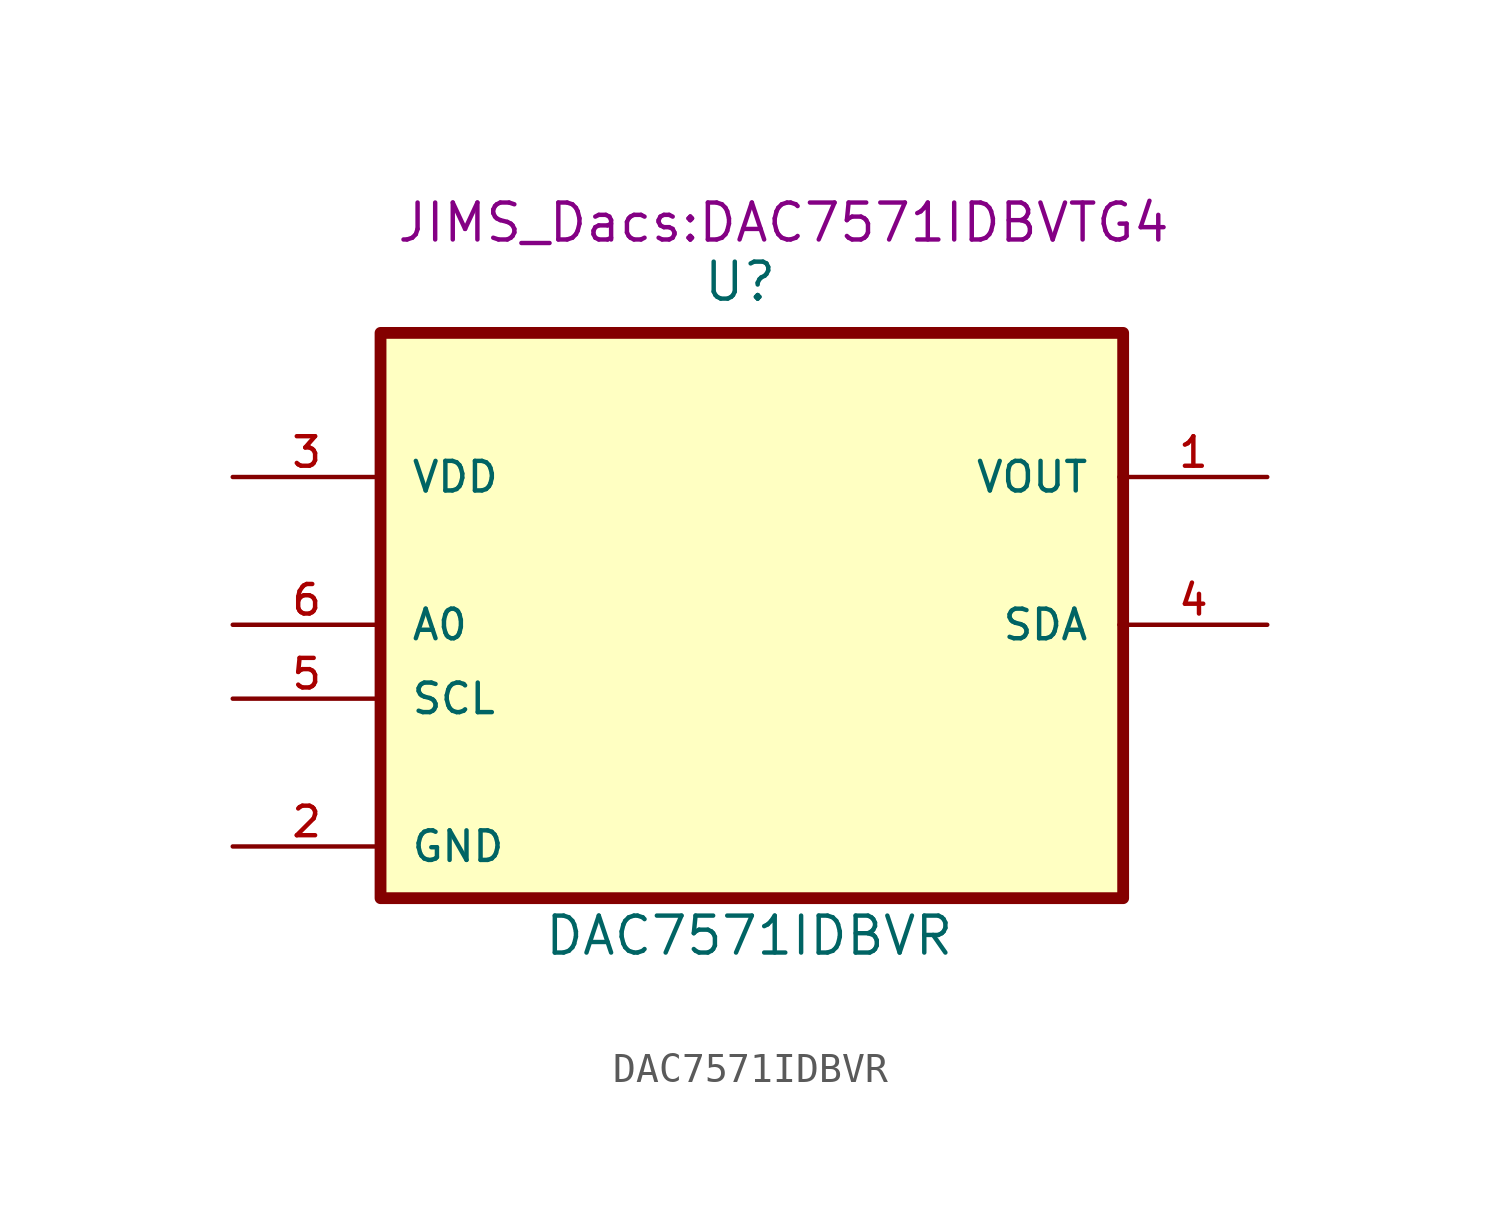
<source format=kicad_sym>
(kicad_symbol_lib
  (version 20231120)
  (generator "kicad_symbol_editor")
  (generator_version "8.0")
  (symbol "DAC7571IDBVR"
    (pin_names
      (offset 1.016))
    (property "Reference" "U"
      (at -1.651 8.509 0)
      (effects (font (size 1.27 1.27)) (justify left bottom)))
    (property "Value" "DAC7571IDBVR"
      (at -7.112 -13.97 0)
      (effects (font (size 1.27 1.27)) (justify left bottom)))
    (property "Footprint" "JIMS_Dacs:DAC7571IDBVTG4"
      (at -12.192 10.541 0)
      (effects (font (size 1.27 1.27)) (justify left bottom)))
    (symbol "DAC7571IDBVR_0_0"
      (rectangle (start -12.7 7.493) (end 12.827 -11.938) (stroke (width 0.406) (type solid)) (fill (type background)))
      (pin output line (at 17.78 2.54 180) (length 5.08) (name "VOUT" (effects (font (size 1.016 1.016)))) (number "1" (effects (font (size 1.016 1.016)))))
      (pin passive line (at -17.78 -10.16 0) (length 5.08) (name "GND" (effects (font (size 1.016 1.016)))) (number "2" (effects (font (size 1.016 1.016)))))
      (pin power_in line (at -17.78 2.54 0) (length 5.08) (name "VDD" (effects (font (size 1.016 1.016)))) (number "3" (effects (font (size 1.016 1.016)))))
      (pin bidirectional line (at 17.78 -2.54 180) (length 5.08) (name "SDA" (effects (font (size 1.016 1.016)))) (number "4" (effects (font (size 1.016 1.016)))))
      (pin input line (at -17.78 -5.08 0) (length 5.08) (name "SCL" (effects (font (size 1.016 1.016)))) (number "5" (effects (font (size 1.016 1.016)))))
      (pin input line (at -17.78 -2.54 0) (length 5.08) (name "A0" (effects (font (size 1.016 1.016)))) (number "6" (effects (font (size 1.016 1.016))))))))
</source>
